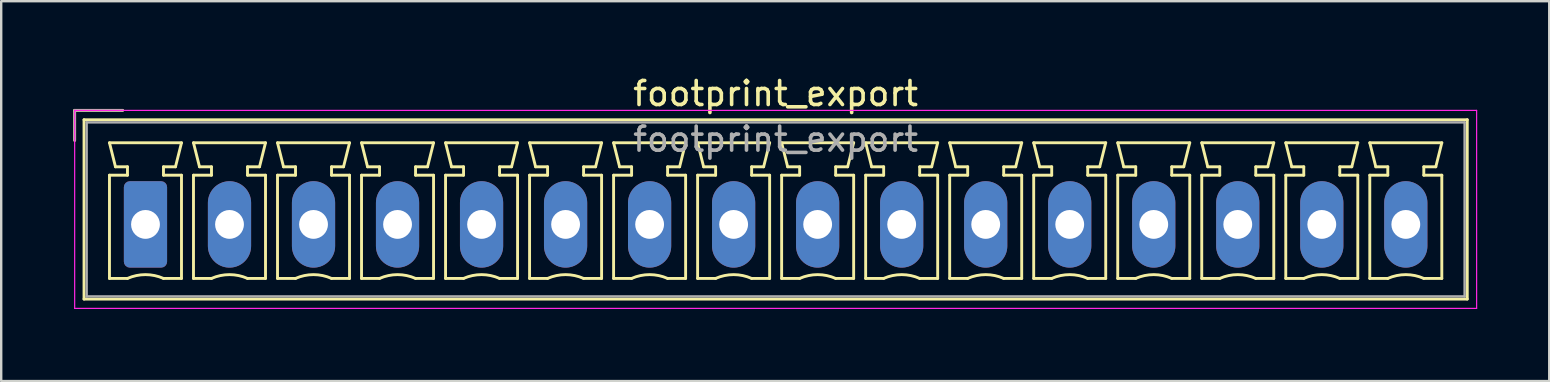
<source format=kicad_pcb>
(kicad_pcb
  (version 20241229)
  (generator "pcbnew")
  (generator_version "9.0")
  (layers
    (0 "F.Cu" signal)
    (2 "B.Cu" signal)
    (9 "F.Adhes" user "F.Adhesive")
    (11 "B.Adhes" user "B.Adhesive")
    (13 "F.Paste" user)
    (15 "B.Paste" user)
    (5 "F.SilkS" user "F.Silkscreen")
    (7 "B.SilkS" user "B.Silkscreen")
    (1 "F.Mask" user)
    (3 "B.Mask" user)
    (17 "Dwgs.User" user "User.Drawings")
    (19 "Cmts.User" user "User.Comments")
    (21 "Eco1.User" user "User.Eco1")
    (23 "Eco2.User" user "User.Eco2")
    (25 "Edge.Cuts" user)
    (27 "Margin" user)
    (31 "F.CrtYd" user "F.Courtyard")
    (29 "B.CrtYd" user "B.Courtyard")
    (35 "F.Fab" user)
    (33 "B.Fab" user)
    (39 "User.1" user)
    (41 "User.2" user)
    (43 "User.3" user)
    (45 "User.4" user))
  (footprint "footprint_export"
    (layer "F.Cu")
    (at 3.01 6.298)
    (property "Reference" "footprint_export" (at 26.25 -5.45 0) (layer "F.SilkS") (effects (font (size 1 1) (thickness 0.15))))
    (attr through_hole)
    (fp_line (start -2.95 -4.75) (end -0.95 -4.75) (stroke (width 0.12) (type solid)) (layer "F.SilkS"))
    (fp_line (start -2.95 -3.5) (end -2.95 -4.75) (stroke (width 0.12) (type solid)) (layer "F.SilkS"))
    (fp_line (start -2.56 -4.36) (end -2.56 3.11) (stroke (width 0.12) (type solid)) (layer "F.SilkS"))
    (fp_line (start -2.56 3.11) (end 55.06 3.11) (stroke (width 0.12) (type solid)) (layer "F.SilkS"))
    (fp_line (start -1.5 -3.4) (end 1.5 -3.4) (stroke (width 0.12) (type solid)) (layer "F.SilkS"))
    (fp_line (start -1.5 -2.05) (end -0.75 -2.05) (stroke (width 0.12) (type solid)) (layer "F.SilkS"))
    (fp_line (start -1.5 2.25) (end -1.5 -2.05) (stroke (width 0.12) (type solid)) (layer "F.SilkS"))
    (fp_line (start -1.25 -2.4) (end -1.5 -3.4) (stroke (width 0.12) (type solid)) (layer "F.SilkS"))
    (fp_line (start -0.75 -2.4) (end -1.25 -2.4) (stroke (width 0.12) (type solid)) (layer "F.SilkS"))
    (fp_line (start -0.75 -2.05) (end -0.75 -2.4) (stroke (width 0.12) (type solid)) (layer "F.SilkS"))
    (fp_line (start -0.75 2.25) (end -1.5 2.25) (stroke (width 0.12) (type solid)) (layer "F.SilkS"))
    (fp_line (start 0.75 -2.4) (end 0.75 -2.05) (stroke (width 0.12) (type solid)) (layer "F.SilkS"))
    (fp_line (start 0.75 -2.05) (end 1.5 -2.05) (stroke (width 0.12) (type solid)) (layer "F.SilkS"))
    (fp_line (start 1.25 -2.4) (end 0.75 -2.4) (stroke (width 0.12) (type solid)) (layer "F.SilkS"))
    (fp_line (start 1.5 -3.4) (end 1.25 -2.4) (stroke (width 0.12) (type solid)) (layer "F.SilkS"))
    (fp_line (start 1.5 -2.05) (end 1.5 2.25) (stroke (width 0.12) (type solid)) (layer "F.SilkS"))
    (fp_line (start 1.5 2.25) (end 0.75 2.25) (stroke (width 0.12) (type solid)) (layer "F.SilkS"))
    (fp_line (start 2 -3.4) (end 5 -3.4) (stroke (width 0.12) (type solid)) (layer "F.SilkS"))
    (fp_line (start 2 -2.05) (end 2.75 -2.05) (stroke (width 0.12) (type solid)) (layer "F.SilkS"))
    (fp_line (start 2 2.25) (end 2 -2.05) (stroke (width 0.12) (type solid)) (layer "F.SilkS"))
    (fp_line (start 2.25 -2.4) (end 2 -3.4) (stroke (width 0.12) (type solid)) (layer "F.SilkS"))
    (fp_line (start 2.75 -2.4) (end 2.25 -2.4) (stroke (width 0.12) (type solid)) (layer "F.SilkS"))
    (fp_line (start 2.75 -2.05) (end 2.75 -2.4) (stroke (width 0.12) (type solid)) (layer "F.SilkS"))
    (fp_line (start 2.75 2.25) (end 2 2.25) (stroke (width 0.12) (type solid)) (layer "F.SilkS"))
    (fp_line (start 4.25 -2.4) (end 4.25 -2.05) (stroke (width 0.12) (type solid)) (layer "F.SilkS"))
    (fp_line (start 4.25 -2.05) (end 5 -2.05) (stroke (width 0.12) (type solid)) (layer "F.SilkS"))
    (fp_line (start 4.75 -2.4) (end 4.25 -2.4) (stroke (width 0.12) (type solid)) (layer "F.SilkS"))
    (fp_line (start 5 -3.4) (end 4.75 -2.4) (stroke (width 0.12) (type solid)) (layer "F.SilkS"))
    (fp_line (start 5 -2.05) (end 5 2.25) (stroke (width 0.12) (type solid)) (layer "F.SilkS"))
    (fp_line (start 5 2.25) (end 4.25 2.25) (stroke (width 0.12) (type solid)) (layer "F.SilkS"))
    (fp_line (start 5.5 -3.4) (end 8.5 -3.4) (stroke (width 0.12) (type solid)) (layer "F.SilkS"))
    (fp_line (start 5.5 -2.05) (end 6.25 -2.05) (stroke (width 0.12) (type solid)) (layer "F.SilkS"))
    (fp_line (start 5.5 2.25) (end 5.5 -2.05) (stroke (width 0.12) (type solid)) (layer "F.SilkS"))
    (fp_line (start 5.75 -2.4) (end 5.5 -3.4) (stroke (width 0.12) (type solid)) (layer "F.SilkS"))
    (fp_line (start 6.25 -2.4) (end 5.75 -2.4) (stroke (width 0.12) (type solid)) (layer "F.SilkS"))
    (fp_line (start 6.25 -2.05) (end 6.25 -2.4) (stroke (width 0.12) (type solid)) (layer "F.SilkS"))
    (fp_line (start 6.25 2.25) (end 5.5 2.25) (stroke (width 0.12) (type solid)) (layer "F.SilkS"))
    (fp_line (start 7.75 -2.4) (end 7.75 -2.05) (stroke (width 0.12) (type solid)) (layer "F.SilkS"))
    (fp_line (start 7.75 -2.05) (end 8.5 -2.05) (stroke (width 0.12) (type solid)) (layer "F.SilkS"))
    (fp_line (start 8.25 -2.4) (end 7.75 -2.4) (stroke (width 0.12) (type solid)) (layer "F.SilkS"))
    (fp_line (start 8.5 -3.4) (end 8.25 -2.4) (stroke (width 0.12) (type solid)) (layer "F.SilkS"))
    (fp_line (start 8.5 -2.05) (end 8.5 2.25) (stroke (width 0.12) (type solid)) (layer "F.SilkS"))
    (fp_line (start 8.5 2.25) (end 7.75 2.25) (stroke (width 0.12) (type solid)) (layer "F.SilkS"))
    (fp_line (start 9 -3.4) (end 12 -3.4) (stroke (width 0.12) (type solid)) (layer "F.SilkS"))
    (fp_line (start 9 -2.05) (end 9.75 -2.05) (stroke (width 0.12) (type solid)) (layer "F.SilkS"))
    (fp_line (start 9 2.25) (end 9 -2.05) (stroke (width 0.12) (type solid)) (layer "F.SilkS"))
    (fp_line (start 9.25 -2.4) (end 9 -3.4) (stroke (width 0.12) (type solid)) (layer "F.SilkS"))
    (fp_line (start 9.75 -2.4) (end 9.25 -2.4) (stroke (width 0.12) (type solid)) (layer "F.SilkS"))
    (fp_line (start 9.75 -2.05) (end 9.75 -2.4) (stroke (width 0.12) (type solid)) (layer "F.SilkS"))
    (fp_line (start 9.75 2.25) (end 9 2.25) (stroke (width 0.12) (type solid)) (layer "F.SilkS"))
    (fp_line (start 11.25 -2.4) (end 11.25 -2.05) (stroke (width 0.12) (type solid)) (layer "F.SilkS"))
    (fp_line (start 11.25 -2.05) (end 12 -2.05) (stroke (width 0.12) (type solid)) (layer "F.SilkS"))
    (fp_line (start 11.75 -2.4) (end 11.25 -2.4) (stroke (width 0.12) (type solid)) (layer "F.SilkS"))
    (fp_line (start 12 -3.4) (end 11.75 -2.4) (stroke (width 0.12) (type solid)) (layer "F.SilkS"))
    (fp_line (start 12 -2.05) (end 12 2.25) (stroke (width 0.12) (type solid)) (layer "F.SilkS"))
    (fp_line (start 12 2.25) (end 11.25 2.25) (stroke (width 0.12) (type solid)) (layer "F.SilkS"))
    (fp_line (start 12.5 -3.4) (end 15.5 -3.4) (stroke (width 0.12) (type solid)) (layer "F.SilkS"))
    (fp_line (start 12.5 -2.05) (end 13.25 -2.05) (stroke (width 0.12) (type solid)) (layer "F.SilkS"))
    (fp_line (start 12.5 2.25) (end 12.5 -2.05) (stroke (width 0.12) (type solid)) (layer "F.SilkS"))
    (fp_line (start 12.75 -2.4) (end 12.5 -3.4) (stroke (width 0.12) (type solid)) (layer "F.SilkS"))
    (fp_line (start 13.25 -2.4) (end 12.75 -2.4) (stroke (width 0.12) (type solid)) (layer "F.SilkS"))
    (fp_line (start 13.25 -2.05) (end 13.25 -2.4) (stroke (width 0.12) (type solid)) (layer "F.SilkS"))
    (fp_line (start 13.25 2.25) (end 12.5 2.25) (stroke (width 0.12) (type solid)) (layer "F.SilkS"))
    (fp_line (start 14.75 -2.4) (end 14.75 -2.05) (stroke (width 0.12) (type solid)) (layer "F.SilkS"))
    (fp_line (start 14.75 -2.05) (end 15.5 -2.05) (stroke (width 0.12) (type solid)) (layer "F.SilkS"))
    (fp_line (start 15.25 -2.4) (end 14.75 -2.4) (stroke (width 0.12) (type solid)) (layer "F.SilkS"))
    (fp_line (start 15.5 -3.4) (end 15.25 -2.4) (stroke (width 0.12) (type solid)) (layer "F.SilkS"))
    (fp_line (start 15.5 -2.05) (end 15.5 2.25) (stroke (width 0.12) (type solid)) (layer "F.SilkS"))
    (fp_line (start 15.5 2.25) (end 14.75 2.25) (stroke (width 0.12) (type solid)) (layer "F.SilkS"))
    (fp_line (start 16 -3.4) (end 19 -3.4) (stroke (width 0.12) (type solid)) (layer "F.SilkS"))
    (fp_line (start 16 -2.05) (end 16.75 -2.05) (stroke (width 0.12) (type solid)) (layer "F.SilkS"))
    (fp_line (start 16 2.25) (end 16 -2.05) (stroke (width 0.12) (type solid)) (layer "F.SilkS"))
    (fp_line (start 16.25 -2.4) (end 16 -3.4) (stroke (width 0.12) (type solid)) (layer "F.SilkS"))
    (fp_line (start 16.75 -2.4) (end 16.25 -2.4) (stroke (width 0.12) (type solid)) (layer "F.SilkS"))
    (fp_line (start 16.75 -2.05) (end 16.75 -2.4) (stroke (width 0.12) (type solid)) (layer "F.SilkS"))
    (fp_line (start 16.75 2.25) (end 16 2.25) (stroke (width 0.12) (type solid)) (layer "F.SilkS"))
    (fp_line (start 18.25 -2.4) (end 18.25 -2.05) (stroke (width 0.12) (type solid)) (layer "F.SilkS"))
    (fp_line (start 18.25 -2.05) (end 19 -2.05) (stroke (width 0.12) (type solid)) (layer "F.SilkS"))
    (fp_line (start 18.75 -2.4) (end 18.25 -2.4) (stroke (width 0.12) (type solid)) (layer "F.SilkS"))
    (fp_line (start 19 -3.4) (end 18.75 -2.4) (stroke (width 0.12) (type solid)) (layer "F.SilkS"))
    (fp_line (start 19 -2.05) (end 19 2.25) (stroke (width 0.12) (type solid)) (layer "F.SilkS"))
    (fp_line (start 19 2.25) (end 18.25 2.25) (stroke (width 0.12) (type solid)) (layer "F.SilkS"))
    (fp_line (start 19.5 -3.4) (end 22.5 -3.4) (stroke (width 0.12) (type solid)) (layer "F.SilkS"))
    (fp_line (start 19.5 -2.05) (end 20.25 -2.05) (stroke (width 0.12) (type solid)) (layer "F.SilkS"))
    (fp_line (start 19.5 2.25) (end 19.5 -2.05) (stroke (width 0.12) (type solid)) (layer "F.SilkS"))
    (fp_line (start 19.75 -2.4) (end 19.5 -3.4) (stroke (width 0.12) (type solid)) (layer "F.SilkS"))
    (fp_line (start 20.25 -2.4) (end 19.75 -2.4) (stroke (width 0.12) (type solid)) (layer "F.SilkS"))
    (fp_line (start 20.25 -2.05) (end 20.25 -2.4) (stroke (width 0.12) (type solid)) (layer "F.SilkS"))
    (fp_line (start 20.25 2.25) (end 19.5 2.25) (stroke (width 0.12) (type solid)) (layer "F.SilkS"))
    (fp_line (start 21.75 -2.4) (end 21.75 -2.05) (stroke (width 0.12) (type solid)) (layer "F.SilkS"))
    (fp_line (start 21.75 -2.05) (end 22.5 -2.05) (stroke (width 0.12) (type solid)) (layer "F.SilkS"))
    (fp_line (start 22.25 -2.4) (end 21.75 -2.4) (stroke (width 0.12) (type solid)) (layer "F.SilkS"))
    (fp_line (start 22.5 -3.4) (end 22.25 -2.4) (stroke (width 0.12) (type solid)) (layer "F.SilkS"))
    (fp_line (start 22.5 -2.05) (end 22.5 2.25) (stroke (width 0.12) (type solid)) (layer "F.SilkS"))
    (fp_line (start 22.5 2.25) (end 21.75 2.25) (stroke (width 0.12) (type solid)) (layer "F.SilkS"))
    (fp_line (start 23 -3.4) (end 26 -3.4) (stroke (width 0.12) (type solid)) (layer "F.SilkS"))
    (fp_line (start 23 -2.05) (end 23.75 -2.05) (stroke (width 0.12) (type solid)) (layer "F.SilkS"))
    (fp_line (start 23 2.25) (end 23 -2.05) (stroke (width 0.12) (type solid)) (layer "F.SilkS"))
    (fp_line (start 23.25 -2.4) (end 23 -3.4) (stroke (width 0.12) (type solid)) (layer "F.SilkS"))
    (fp_line (start 23.75 -2.4) (end 23.25 -2.4) (stroke (width 0.12) (type solid)) (layer "F.SilkS"))
    (fp_line (start 23.75 -2.05) (end 23.75 -2.4) (stroke (width 0.12) (type solid)) (layer "F.SilkS"))
    (fp_line (start 23.75 2.25) (end 23 2.25) (stroke (width 0.12) (type solid)) (layer "F.SilkS"))
    (fp_line (start 25.25 -2.4) (end 25.25 -2.05) (stroke (width 0.12) (type solid)) (layer "F.SilkS"))
    (fp_line (start 25.25 -2.05) (end 26 -2.05) (stroke (width 0.12) (type solid)) (layer "F.SilkS"))
    (fp_line (start 25.75 -2.4) (end 25.25 -2.4) (stroke (width 0.12) (type solid)) (layer "F.SilkS"))
    (fp_line (start 26 -3.4) (end 25.75 -2.4) (stroke (width 0.12) (type solid)) (layer "F.SilkS"))
    (fp_line (start 26 -2.05) (end 26 2.25) (stroke (width 0.12) (type solid)) (layer "F.SilkS"))
    (fp_line (start 26 2.25) (end 25.25 2.25) (stroke (width 0.12) (type solid)) (layer "F.SilkS"))
    (fp_line (start 26.5 -3.4) (end 29.5 -3.4) (stroke (width 0.12) (type solid)) (layer "F.SilkS"))
    (fp_line (start 26.5 -2.05) (end 27.25 -2.05) (stroke (width 0.12) (type solid)) (layer "F.SilkS"))
    (fp_line (start 26.5 2.25) (end 26.5 -2.05) (stroke (width 0.12) (type solid)) (layer "F.SilkS"))
    (fp_line (start 26.75 -2.4) (end 26.5 -3.4) (stroke (width 0.12) (type solid)) (layer "F.SilkS"))
    (fp_line (start 27.25 -2.4) (end 26.75 -2.4) (stroke (width 0.12) (type solid)) (layer "F.SilkS"))
    (fp_line (start 27.25 -2.05) (end 27.25 -2.4) (stroke (width 0.12) (type solid)) (layer "F.SilkS"))
    (fp_line (start 27.25 2.25) (end 26.5 2.25) (stroke (width 0.12) (type solid)) (layer "F.SilkS"))
    (fp_line (start 28.75 -2.4) (end 28.75 -2.05) (stroke (width 0.12) (type solid)) (layer "F.SilkS"))
    (fp_line (start 28.75 -2.05) (end 29.5 -2.05) (stroke (width 0.12) (type solid)) (layer "F.SilkS"))
    (fp_line (start 29.25 -2.4) (end 28.75 -2.4) (stroke (width 0.12) (type solid)) (layer "F.SilkS"))
    (fp_line (start 29.5 -3.4) (end 29.25 -2.4) (stroke (width 0.12) (type solid)) (layer "F.SilkS"))
    (fp_line (start 29.5 -2.05) (end 29.5 2.25) (stroke (width 0.12) (type solid)) (layer "F.SilkS"))
    (fp_line (start 29.5 2.25) (end 28.75 2.25) (stroke (width 0.12) (type solid)) (layer "F.SilkS"))
    (fp_line (start 30 -3.4) (end 33 -3.4) (stroke (width 0.12) (type solid)) (layer "F.SilkS"))
    (fp_line (start 30 -2.05) (end 30.75 -2.05) (stroke (width 0.12) (type solid)) (layer "F.SilkS"))
    (fp_line (start 30 2.25) (end 30 -2.05) (stroke (width 0.12) (type solid)) (layer "F.SilkS"))
    (fp_line (start 30.25 -2.4) (end 30 -3.4) (stroke (width 0.12) (type solid)) (layer "F.SilkS"))
    (fp_line (start 30.75 -2.4) (end 30.25 -2.4) (stroke (width 0.12) (type solid)) (layer "F.SilkS"))
    (fp_line (start 30.75 -2.05) (end 30.75 -2.4) (stroke (width 0.12) (type solid)) (layer "F.SilkS"))
    (fp_line (start 30.75 2.25) (end 30 2.25) (stroke (width 0.12) (type solid)) (layer "F.SilkS"))
    (fp_line (start 32.25 -2.4) (end 32.25 -2.05) (stroke (width 0.12) (type solid)) (layer "F.SilkS"))
    (fp_line (start 32.25 -2.05) (end 33 -2.05) (stroke (width 0.12) (type solid)) (layer "F.SilkS"))
    (fp_line (start 32.75 -2.4) (end 32.25 -2.4) (stroke (width 0.12) (type solid)) (layer "F.SilkS"))
    (fp_line (start 33 -3.4) (end 32.75 -2.4) (stroke (width 0.12) (type solid)) (layer "F.SilkS"))
    (fp_line (start 33 -2.05) (end 33 2.25) (stroke (width 0.12) (type solid)) (layer "F.SilkS"))
    (fp_line (start 33 2.25) (end 32.25 2.25) (stroke (width 0.12) (type solid)) (layer "F.SilkS"))
    (fp_line (start 33.5 -3.4) (end 36.5 -3.4) (stroke (width 0.12) (type solid)) (layer "F.SilkS"))
    (fp_line (start 33.5 -2.05) (end 34.25 -2.05) (stroke (width 0.12) (type solid)) (layer "F.SilkS"))
    (fp_line (start 33.5 2.25) (end 33.5 -2.05) (stroke (width 0.12) (type solid)) (layer "F.SilkS"))
    (fp_line (start 33.75 -2.4) (end 33.5 -3.4) (stroke (width 0.12) (type solid)) (layer "F.SilkS"))
    (fp_line (start 34.25 -2.4) (end 33.75 -2.4) (stroke (width 0.12) (type solid)) (layer "F.SilkS"))
    (fp_line (start 34.25 -2.05) (end 34.25 -2.4) (stroke (width 0.12) (type solid)) (layer "F.SilkS"))
    (fp_line (start 34.25 2.25) (end 33.5 2.25) (stroke (width 0.12) (type solid)) (layer "F.SilkS"))
    (fp_line (start 35.75 -2.4) (end 35.75 -2.05) (stroke (width 0.12) (type solid)) (layer "F.SilkS"))
    (fp_line (start 35.75 -2.05) (end 36.5 -2.05) (stroke (width 0.12) (type solid)) (layer "F.SilkS"))
    (fp_line (start 36.25 -2.4) (end 35.75 -2.4) (stroke (width 0.12) (type solid)) (layer "F.SilkS"))
    (fp_line (start 36.5 -3.4) (end 36.25 -2.4) (stroke (width 0.12) (type solid)) (layer "F.SilkS"))
    (fp_line (start 36.5 -2.05) (end 36.5 2.25) (stroke (width 0.12) (type solid)) (layer "F.SilkS"))
    (fp_line (start 36.5 2.25) (end 35.75 2.25) (stroke (width 0.12) (type solid)) (layer "F.SilkS"))
    (fp_line (start 37 -3.4) (end 40 -3.4) (stroke (width 0.12) (type solid)) (layer "F.SilkS"))
    (fp_line (start 37 -2.05) (end 37.75 -2.05) (stroke (width 0.12) (type solid)) (layer "F.SilkS"))
    (fp_line (start 37 2.25) (end 37 -2.05) (stroke (width 0.12) (type solid)) (layer "F.SilkS"))
    (fp_line (start 37.25 -2.4) (end 37 -3.4) (stroke (width 0.12) (type solid)) (layer "F.SilkS"))
    (fp_line (start 37.75 -2.4) (end 37.25 -2.4) (stroke (width 0.12) (type solid)) (layer "F.SilkS"))
    (fp_line (start 37.75 -2.05) (end 37.75 -2.4) (stroke (width 0.12) (type solid)) (layer "F.SilkS"))
    (fp_line (start 37.75 2.25) (end 37 2.25) (stroke (width 0.12) (type solid)) (layer "F.SilkS"))
    (fp_line (start 39.25 -2.4) (end 39.25 -2.05) (stroke (width 0.12) (type solid)) (layer "F.SilkS"))
    (fp_line (start 39.25 -2.05) (end 40 -2.05) (stroke (width 0.12) (type solid)) (layer "F.SilkS"))
    (fp_line (start 39.75 -2.4) (end 39.25 -2.4) (stroke (width 0.12) (type solid)) (layer "F.SilkS"))
    (fp_line (start 40 -3.4) (end 39.75 -2.4) (stroke (width 0.12) (type solid)) (layer "F.SilkS"))
    (fp_line (start 40 -2.05) (end 40 2.25) (stroke (width 0.12) (type solid)) (layer "F.SilkS"))
    (fp_line (start 40 2.25) (end 39.25 2.25) (stroke (width 0.12) (type solid)) (layer "F.SilkS"))
    (fp_line (start 40.5 -3.4) (end 43.5 -3.4) (stroke (width 0.12) (type solid)) (layer "F.SilkS"))
    (fp_line (start 40.5 -2.05) (end 41.25 -2.05) (stroke (width 0.12) (type solid)) (layer "F.SilkS"))
    (fp_line (start 40.5 2.25) (end 40.5 -2.05) (stroke (width 0.12) (type solid)) (layer "F.SilkS"))
    (fp_line (start 40.75 -2.4) (end 40.5 -3.4) (stroke (width 0.12) (type solid)) (layer "F.SilkS"))
    (fp_line (start 41.25 -2.4) (end 40.75 -2.4) (stroke (width 0.12) (type solid)) (layer "F.SilkS"))
    (fp_line (start 41.25 -2.05) (end 41.25 -2.4) (stroke (width 0.12) (type solid)) (layer "F.SilkS"))
    (fp_line (start 41.25 2.25) (end 40.5 2.25) (stroke (width 0.12) (type solid)) (layer "F.SilkS"))
    (fp_line (start 42.75 -2.4) (end 42.75 -2.05) (stroke (width 0.12) (type solid)) (layer "F.SilkS"))
    (fp_line (start 42.75 -2.05) (end 43.5 -2.05) (stroke (width 0.12) (type solid)) (layer "F.SilkS"))
    (fp_line (start 43.25 -2.4) (end 42.75 -2.4) (stroke (width 0.12) (type solid)) (layer "F.SilkS"))
    (fp_line (start 43.5 -3.4) (end 43.25 -2.4) (stroke (width 0.12) (type solid)) (layer "F.SilkS"))
    (fp_line (start 43.5 -2.05) (end 43.5 2.25) (stroke (width 0.12) (type solid)) (layer "F.SilkS"))
    (fp_line (start 43.5 2.25) (end 42.75 2.25) (stroke (width 0.12) (type solid)) (layer "F.SilkS"))
    (fp_line (start 44 -3.4) (end 47 -3.4) (stroke (width 0.12) (type solid)) (layer "F.SilkS"))
    (fp_line (start 44 -2.05) (end 44.75 -2.05) (stroke (width 0.12) (type solid)) (layer "F.SilkS"))
    (fp_line (start 44 2.25) (end 44 -2.05) (stroke (width 0.12) (type solid)) (layer "F.SilkS"))
    (fp_line (start 44.25 -2.4) (end 44 -3.4) (stroke (width 0.12) (type solid)) (layer "F.SilkS"))
    (fp_line (start 44.75 -2.4) (end 44.25 -2.4) (stroke (width 0.12) (type solid)) (layer "F.SilkS"))
    (fp_line (start 44.75 -2.05) (end 44.75 -2.4) (stroke (width 0.12) (type solid)) (layer "F.SilkS"))
    (fp_line (start 44.75 2.25) (end 44 2.25) (stroke (width 0.12) (type solid)) (layer "F.SilkS"))
    (fp_line (start 46.25 -2.4) (end 46.25 -2.05) (stroke (width 0.12) (type solid)) (layer "F.SilkS"))
    (fp_line (start 46.25 -2.05) (end 47 -2.05) (stroke (width 0.12) (type solid)) (layer "F.SilkS"))
    (fp_line (start 46.75 -2.4) (end 46.25 -2.4) (stroke (width 0.12) (type solid)) (layer "F.SilkS"))
    (fp_line (start 47 -3.4) (end 46.75 -2.4) (stroke (width 0.12) (type solid)) (layer "F.SilkS"))
    (fp_line (start 47 -2.05) (end 47 2.25) (stroke (width 0.12) (type solid)) (layer "F.SilkS"))
    (fp_line (start 47 2.25) (end 46.25 2.25) (stroke (width 0.12) (type solid)) (layer "F.SilkS"))
    (fp_line (start 47.5 -3.4) (end 50.5 -3.4) (stroke (width 0.12) (type solid)) (layer "F.SilkS"))
    (fp_line (start 47.5 -2.05) (end 48.25 -2.05) (stroke (width 0.12) (type solid)) (layer "F.SilkS"))
    (fp_line (start 47.5 2.25) (end 47.5 -2.05) (stroke (width 0.12) (type solid)) (layer "F.SilkS"))
    (fp_line (start 47.75 -2.4) (end 47.5 -3.4) (stroke (width 0.12) (type solid)) (layer "F.SilkS"))
    (fp_line (start 48.25 -2.4) (end 47.75 -2.4) (stroke (width 0.12) (type solid)) (layer "F.SilkS"))
    (fp_line (start 48.25 -2.05) (end 48.25 -2.4) (stroke (width 0.12) (type solid)) (layer "F.SilkS"))
    (fp_line (start 48.25 2.25) (end 47.5 2.25) (stroke (width 0.12) (type solid)) (layer "F.SilkS"))
    (fp_line (start 49.75 -2.4) (end 49.75 -2.05) (stroke (width 0.12) (type solid)) (layer "F.SilkS"))
    (fp_line (start 49.75 -2.05) (end 50.5 -2.05) (stroke (width 0.12) (type solid)) (layer "F.SilkS"))
    (fp_line (start 50.25 -2.4) (end 49.75 -2.4) (stroke (width 0.12) (type solid)) (layer "F.SilkS"))
    (fp_line (start 50.5 -3.4) (end 50.25 -2.4) (stroke (width 0.12) (type solid)) (layer "F.SilkS"))
    (fp_line (start 50.5 -2.05) (end 50.5 2.25) (stroke (width 0.12) (type solid)) (layer "F.SilkS"))
    (fp_line (start 50.5 2.25) (end 49.75 2.25) (stroke (width 0.12) (type solid)) (layer "F.SilkS"))
    (fp_line (start 51 -3.4) (end 54 -3.4) (stroke (width 0.12) (type solid)) (layer "F.SilkS"))
    (fp_line (start 51 -2.05) (end 51.75 -2.05) (stroke (width 0.12) (type solid)) (layer "F.SilkS"))
    (fp_line (start 51 2.25) (end 51 -2.05) (stroke (width 0.12) (type solid)) (layer "F.SilkS"))
    (fp_line (start 51.25 -2.4) (end 51 -3.4) (stroke (width 0.12) (type solid)) (layer "F.SilkS"))
    (fp_line (start 51.75 -2.4) (end 51.25 -2.4) (stroke (width 0.12) (type solid)) (layer "F.SilkS"))
    (fp_line (start 51.75 -2.05) (end 51.75 -2.4) (stroke (width 0.12) (type solid)) (layer "F.SilkS"))
    (fp_line (start 51.75 2.25) (end 51 2.25) (stroke (width 0.12) (type solid)) (layer "F.SilkS"))
    (fp_line (start 53.25 -2.4) (end 53.25 -2.05) (stroke (width 0.12) (type solid)) (layer "F.SilkS"))
    (fp_line (start 53.25 -2.05) (end 54 -2.05) (stroke (width 0.12) (type solid)) (layer "F.SilkS"))
    (fp_line (start 53.75 -2.4) (end 53.25 -2.4) (stroke (width 0.12) (type solid)) (layer "F.SilkS"))
    (fp_line (start 54 -3.4) (end 53.75 -2.4) (stroke (width 0.12) (type solid)) (layer "F.SilkS"))
    (fp_line (start 54 -2.05) (end 54 2.25) (stroke (width 0.12) (type solid)) (layer "F.SilkS"))
    (fp_line (start 54 2.25) (end 53.25 2.25) (stroke (width 0.12) (type solid)) (layer "F.SilkS"))
    (fp_line (start 55.06 -4.36) (end -2.56 -4.36) (stroke (width 0.12) (type solid)) (layer "F.SilkS"))
    (fp_line (start 55.06 3.11) (end 55.06 -4.36) (stroke (width 0.12) (type solid)) (layer "F.SilkS"))
    (fp_arc (start -0.75 2.25) (mid -0.000193 2.09191) (end 0.749647 2.249844) (stroke (width 0.12) (type solid)) (layer "F.SilkS"))
    (fp_arc (start 2.75 2.25) (mid 3.499807 2.09191) (end 4.249647 2.249844) (stroke (width 0.12) (type solid)) (layer "F.SilkS"))
    (fp_arc (start 6.25 2.25) (mid 6.999807 2.09191) (end 7.749647 2.249844) (stroke (width 0.12) (type solid)) (layer "F.SilkS"))
    (fp_arc (start 9.75 2.25) (mid 10.499807 2.09191) (end 11.249647 2.249844) (stroke (width 0.12) (type solid)) (layer "F.SilkS"))
    (fp_arc (start 13.25 2.25) (mid 13.999807 2.09191) (end 14.749647 2.249844) (stroke (width 0.12) (type solid)) (layer "F.SilkS"))
    (fp_arc (start 16.75 2.25) (mid 17.499807 2.09191) (end 18.249647 2.249844) (stroke (width 0.12) (type solid)) (layer "F.SilkS"))
    (fp_arc (start 20.25 2.25) (mid 20.999807 2.09191) (end 21.749647 2.249844) (stroke (width 0.12) (type solid)) (layer "F.SilkS"))
    (fp_arc (start 23.75 2.25) (mid 24.499807 2.09191) (end 25.249647 2.249844) (stroke (width 0.12) (type solid)) (layer "F.SilkS"))
    (fp_arc (start 27.25 2.25) (mid 27.999807 2.09191) (end 28.749647 2.249844) (stroke (width 0.12) (type solid)) (layer "F.SilkS"))
    (fp_arc (start 30.75 2.25) (mid 31.499807 2.09191) (end 32.249647 2.249844) (stroke (width 0.12) (type solid)) (layer "F.SilkS"))
    (fp_arc (start 34.25 2.25) (mid 34.999807 2.09191) (end 35.749647 2.249844) (stroke (width 0.12) (type solid)) (layer "F.SilkS"))
    (fp_arc (start 37.75 2.25) (mid 38.499807 2.09191) (end 39.249647 2.249844) (stroke (width 0.12) (type solid)) (layer "F.SilkS"))
    (fp_arc (start 41.25 2.25) (mid 41.999807 2.09191) (end 42.749647 2.249844) (stroke (width 0.12) (type solid)) (layer "F.SilkS"))
    (fp_arc (start 44.75 2.25) (mid 45.499807 2.09191) (end 46.249647 2.249844) (stroke (width 0.12) (type solid)) (layer "F.SilkS"))
    (fp_arc (start 48.25 2.25) (mid 48.999807 2.09191) (end 49.749647 2.249844) (stroke (width 0.12) (type solid)) (layer "F.SilkS"))
    (fp_arc (start 51.75 2.25) (mid 52.499807 2.09191) (end 53.249647 2.249844) (stroke (width 0.12) (type solid)) (layer "F.SilkS"))
    (fp_line (start -2.95 -4.75) (end -2.95 3.5) (stroke (width 0.05) (type solid)) (layer "F.CrtYd"))
    (fp_line (start -2.95 3.5) (end 55.45 3.5) (stroke (width 0.05) (type solid)) (layer "F.CrtYd"))
    (fp_line (start 55.45 -4.75) (end -2.95 -4.75) (stroke (width 0.05) (type solid)) (layer "F.CrtYd"))
    (fp_line (start 55.45 3.5) (end 55.45 -4.75) (stroke (width 0.05) (type solid)) (layer "F.CrtYd"))
    (fp_line (start -2.95 -4.75) (end -0.95 -4.75) (stroke (width 0.1) (type solid)) (layer "F.Fab"))
    (fp_line (start -2.95 -3.5) (end -2.95 -4.75) (stroke (width 0.1) (type solid)) (layer "F.Fab"))
    (fp_line (start -2.45 -4.25) (end -2.45 3) (stroke (width 0.1) (type solid)) (layer "F.Fab"))
    (fp_line (start -2.45 3) (end 54.95 3) (stroke (width 0.1) (type solid)) (layer "F.Fab"))
    (fp_line (start 54.95 -4.25) (end -2.45 -4.25) (stroke (width 0.1) (type solid)) (layer "F.Fab"))
    (fp_line (start 54.95 3) (end 54.95 -4.25) (stroke (width 0.1) (type solid)) (layer "F.Fab"))
    (fp_text user "${REFERENCE}" (at 26.25 -3.55 0) (layer "F.Fab") (effects (font (size 1 1) (thickness 0.15))))
    (pad "1" thru_hole roundrect (at 0 0) (size 1.8 3.6) (drill 1.2) (layers "*.Cu" "*.Mask") (roundrect_rratio 0.139))
    (pad "2" thru_hole oval (at 3.5 0) (size 1.8 3.6) (drill 1.2) (layers "*.Cu" "*.Mask"))
    (pad "3" thru_hole oval (at 7 0) (size 1.8 3.6) (drill 1.2) (layers "*.Cu" "*.Mask"))
    (pad "4" thru_hole oval (at 10.5 0) (size 1.8 3.6) (drill 1.2) (layers "*.Cu" "*.Mask"))
    (pad "5" thru_hole oval (at 14 0) (size 1.8 3.6) (drill 1.2) (layers "*.Cu" "*.Mask"))
    (pad "6" thru_hole oval (at 17.5 0) (size 1.8 3.6) (drill 1.2) (layers "*.Cu" "*.Mask"))
    (pad "7" thru_hole oval (at 21 0) (size 1.8 3.6) (drill 1.2) (layers "*.Cu" "*.Mask"))
    (pad "8" thru_hole oval (at 24.5 0) (size 1.8 3.6) (drill 1.2) (layers "*.Cu" "*.Mask"))
    (pad "9" thru_hole oval (at 28 0) (size 1.8 3.6) (drill 1.2) (layers "*.Cu" "*.Mask"))
    (pad "10" thru_hole oval (at 31.5 0) (size 1.8 3.6) (drill 1.2) (layers "*.Cu" "*.Mask"))
    (pad "11" thru_hole oval (at 35 0) (size 1.8 3.6) (drill 1.2) (layers "*.Cu" "*.Mask"))
    (pad "12" thru_hole oval (at 38.5 0) (size 1.8 3.6) (drill 1.2) (layers "*.Cu" "*.Mask"))
    (pad "13" thru_hole oval (at 42 0) (size 1.8 3.6) (drill 1.2) (layers "*.Cu" "*.Mask"))
    (pad "14" thru_hole oval (at 45.5 0) (size 1.8 3.6) (drill 1.2) (layers "*.Cu" "*.Mask"))
    (pad "15" thru_hole oval (at 49 0) (size 1.8 3.6) (drill 1.2) (layers "*.Cu" "*.Mask"))
    (pad "16" thru_hole oval (at 52.5 0) (size 1.8 3.6) (drill 1.2) (layers "*.Cu" "*.Mask")))
  (gr_rect
    (start -3 -3)
    (end 61.485 12.823)
    (stroke (width 0.1) (type default))
    (fill no)
    (layer "Edge.Cuts")))
</source>
